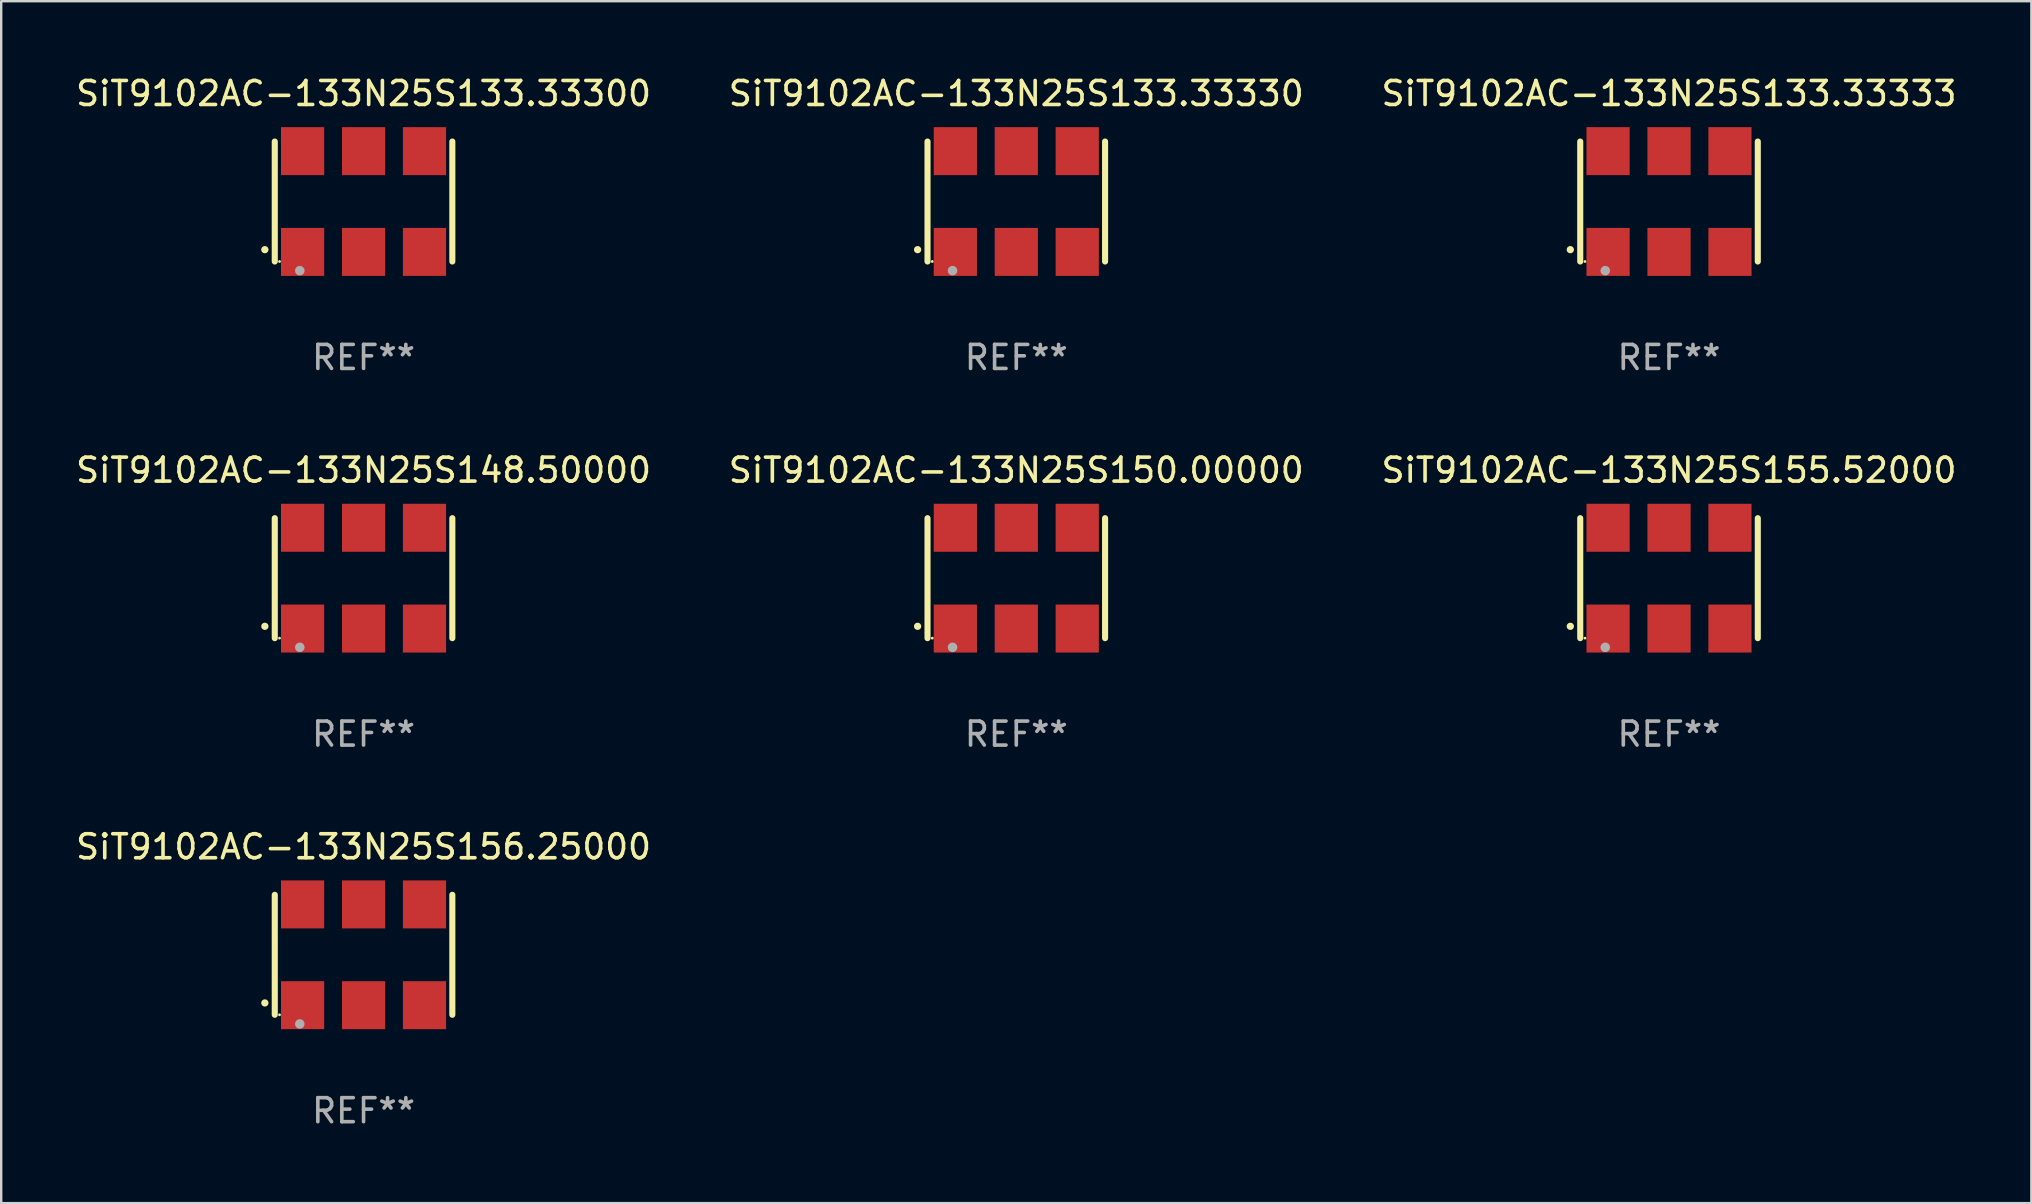
<source format=kicad_pcb>
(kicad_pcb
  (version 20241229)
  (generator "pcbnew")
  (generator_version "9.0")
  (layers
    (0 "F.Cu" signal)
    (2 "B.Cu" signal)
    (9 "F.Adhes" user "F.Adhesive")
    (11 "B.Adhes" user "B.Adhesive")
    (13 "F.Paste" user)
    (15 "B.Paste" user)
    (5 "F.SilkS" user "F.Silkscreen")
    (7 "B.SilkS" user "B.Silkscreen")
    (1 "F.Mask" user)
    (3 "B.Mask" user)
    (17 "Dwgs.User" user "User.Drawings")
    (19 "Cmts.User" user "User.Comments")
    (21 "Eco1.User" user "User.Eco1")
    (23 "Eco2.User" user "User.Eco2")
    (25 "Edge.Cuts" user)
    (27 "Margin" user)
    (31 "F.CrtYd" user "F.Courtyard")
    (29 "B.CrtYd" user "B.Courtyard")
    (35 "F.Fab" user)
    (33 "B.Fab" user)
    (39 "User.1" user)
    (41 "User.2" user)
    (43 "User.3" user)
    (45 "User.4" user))
  (footprint "SiT9102AC-133N25S150.00000"
    (layer "F.Cu")
    (at 39.304 21.045)
    (property "Reference" "SiT9102AC-133N25S150.00000" (at 0 -4.5 0) (layer "F.SilkS") (effects (font (size 1 1) (thickness 0.15))))
    (attr through_hole)
    (fp_line (start -3.7 -2.5) (end -3.7 2.5) (stroke (width 0.254) (type solid)) (layer "F.SilkS"))
    (fp_line (start 3.7 -2.5) (end 3.7 2.5) (stroke (width 0.254) (type solid)) (layer "F.SilkS"))
    (fp_arc (start -4.114415 2.006604) (mid -4.113145 2.006599) (end -4.111875 2.006604) (stroke (width 0.3) (type solid)) (layer "F.SilkS"))
    (fp_circle (center -3.502 2.5) (end -3.472 2.5) (stroke (width 0.06) (type solid)) (fill no) (layer "F.SilkS"))
    (fp_circle (center -2.657 2.882) (end -2.557 2.882) (stroke (width 0.2) (type solid)) (fill no) (layer "F.Fab"))
    (fp_text user "REF**" (at 0 6.5 0) (layer "F.Fab") (effects (font (size 1 1) (thickness 0.15))))
    (pad "1" smd rect (at -2.54 2.1) (size 1.8 2) (layers "F.Cu" "F.Mask" "F.Paste"))
    (pad "2" smd rect (at 0.000394 2.1) (size 1.8 2) (layers "F.Cu" "F.Mask" "F.Paste"))
    (pad "3" smd rect (at 2.54 2.1) (size 1.8 2) (layers "F.Cu" "F.Mask" "F.Paste"))
    (pad "4" smd rect (at 2.54 -2.1) (size 1.8 2) (layers "F.Cu" "F.Mask" "F.Paste"))
    (pad "5" smd rect (at 0.000394 -2.1) (size 1.8 2) (layers "F.Cu" "F.Mask" "F.Paste"))
    (pad "6" smd rect (at -2.54 -2.1) (size 1.8 2) (layers "F.Cu" "F.Mask" "F.Paste")))
  (footprint "SiT9102AC-133N25S148.50000"
    (layer "F.Cu")
    (at 12.101 21.045)
    (property "Reference" "SiT9102AC-133N25S148.50000" (at 0 -4.5 0) (layer "F.SilkS") (effects (font (size 1 1) (thickness 0.15))))
    (attr through_hole)
    (fp_line (start -3.7 -2.5) (end -3.7 2.5) (stroke (width 0.254) (type solid)) (layer "F.SilkS"))
    (fp_line (start 3.7 -2.5) (end 3.7 2.5) (stroke (width 0.254) (type solid)) (layer "F.SilkS"))
    (fp_arc (start -4.114415 2.006604) (mid -4.113145 2.006599) (end -4.111875 2.006604) (stroke (width 0.3) (type solid)) (layer "F.SilkS"))
    (fp_circle (center -3.502 2.5) (end -3.472 2.5) (stroke (width 0.06) (type solid)) (fill no) (layer "F.SilkS"))
    (fp_circle (center -2.657 2.882) (end -2.557 2.882) (stroke (width 0.2) (type solid)) (fill no) (layer "F.Fab"))
    (fp_text user "REF**" (at 0 6.5 0) (layer "F.Fab") (effects (font (size 1 1) (thickness 0.15))))
    (pad "1" smd rect (at -2.54 2.1) (size 1.8 2) (layers "F.Cu" "F.Mask" "F.Paste"))
    (pad "2" smd rect (at 0.000394 2.1) (size 1.8 2) (layers "F.Cu" "F.Mask" "F.Paste"))
    (pad "3" smd rect (at 2.54 2.1) (size 1.8 2) (layers "F.Cu" "F.Mask" "F.Paste"))
    (pad "4" smd rect (at 2.54 -2.1) (size 1.8 2) (layers "F.Cu" "F.Mask" "F.Paste"))
    (pad "5" smd rect (at 0.000394 -2.1) (size 1.8 2) (layers "F.Cu" "F.Mask" "F.Paste"))
    (pad "6" smd rect (at -2.54 -2.1) (size 1.8 2) (layers "F.Cu" "F.Mask" "F.Paste")))
  (footprint "SiT9102AC-133N25S155.52000"
    (layer "F.Cu")
    (at 66.506 21.045)
    (property "Reference" "SiT9102AC-133N25S155.52000" (at 0 -4.5 0) (layer "F.SilkS") (effects (font (size 1 1) (thickness 0.15))))
    (attr through_hole)
    (fp_line (start -3.7 -2.5) (end -3.7 2.5) (stroke (width 0.254) (type solid)) (layer "F.SilkS"))
    (fp_line (start 3.7 -2.5) (end 3.7 2.5) (stroke (width 0.254) (type solid)) (layer "F.SilkS"))
    (fp_arc (start -4.114415 2.006604) (mid -4.113145 2.006599) (end -4.111875 2.006604) (stroke (width 0.3) (type solid)) (layer "F.SilkS"))
    (fp_circle (center -3.502 2.5) (end -3.472 2.5) (stroke (width 0.06) (type solid)) (fill no) (layer "F.SilkS"))
    (fp_circle (center -2.657 2.882) (end -2.557 2.882) (stroke (width 0.2) (type solid)) (fill no) (layer "F.Fab"))
    (fp_text user "REF**" (at 0 6.5 0) (layer "F.Fab") (effects (font (size 1 1) (thickness 0.15))))
    (pad "1" smd rect (at -2.54 2.1) (size 1.8 2) (layers "F.Cu" "F.Mask" "F.Paste"))
    (pad "2" smd rect (at 0.000394 2.1) (size 1.8 2) (layers "F.Cu" "F.Mask" "F.Paste"))
    (pad "3" smd rect (at 2.54 2.1) (size 1.8 2) (layers "F.Cu" "F.Mask" "F.Paste"))
    (pad "4" smd rect (at 2.54 -2.1) (size 1.8 2) (layers "F.Cu" "F.Mask" "F.Paste"))
    (pad "5" smd rect (at 0.000394 -2.1) (size 1.8 2) (layers "F.Cu" "F.Mask" "F.Paste"))
    (pad "6" smd rect (at -2.54 -2.1) (size 1.8 2) (layers "F.Cu" "F.Mask" "F.Paste")))
  (footprint "SiT9102AC-133N25S156.25000"
    (layer "F.Cu")
    (at 12.101 36.741)
    (property "Reference" "SiT9102AC-133N25S156.25000" (at 0 -4.5 0) (layer "F.SilkS") (effects (font (size 1 1) (thickness 0.15))))
    (attr through_hole)
    (fp_line (start -3.7 -2.5) (end -3.7 2.5) (stroke (width 0.254) (type solid)) (layer "F.SilkS"))
    (fp_line (start 3.7 -2.5) (end 3.7 2.5) (stroke (width 0.254) (type solid)) (layer "F.SilkS"))
    (fp_arc (start -4.114415 2.006604) (mid -4.113145 2.006599) (end -4.111875 2.006604) (stroke (width 0.3) (type solid)) (layer "F.SilkS"))
    (fp_circle (center -3.502 2.5) (end -3.472 2.5) (stroke (width 0.06) (type solid)) (fill no) (layer "F.SilkS"))
    (fp_circle (center -2.657 2.882) (end -2.557 2.882) (stroke (width 0.2) (type solid)) (fill no) (layer "F.Fab"))
    (fp_text user "REF**" (at 0 6.5 0) (layer "F.Fab") (effects (font (size 1 1) (thickness 0.15))))
    (pad "1" smd rect (at -2.54 2.1) (size 1.8 2) (layers "F.Cu" "F.Mask" "F.Paste"))
    (pad "2" smd rect (at 0.000394 2.1) (size 1.8 2) (layers "F.Cu" "F.Mask" "F.Paste"))
    (pad "3" smd rect (at 2.54 2.1) (size 1.8 2) (layers "F.Cu" "F.Mask" "F.Paste"))
    (pad "4" smd rect (at 2.54 -2.1) (size 1.8 2) (layers "F.Cu" "F.Mask" "F.Paste"))
    (pad "5" smd rect (at 0.000394 -2.1) (size 1.8 2) (layers "F.Cu" "F.Mask" "F.Paste"))
    (pad "6" smd rect (at -2.54 -2.1) (size 1.8 2) (layers "F.Cu" "F.Mask" "F.Paste")))
  (footprint "SiT9102AC-133N25S133.33300"
    (layer "F.Cu")
    (at 12.101 5.348)
    (property "Reference" "SiT9102AC-133N25S133.33300" (at 0 -4.5 0) (layer "F.SilkS") (effects (font (size 1 1) (thickness 0.15))))
    (attr through_hole)
    (fp_line (start -3.7 -2.5) (end -3.7 2.5) (stroke (width 0.254) (type solid)) (layer "F.SilkS"))
    (fp_line (start 3.7 -2.5) (end 3.7 2.5) (stroke (width 0.254) (type solid)) (layer "F.SilkS"))
    (fp_arc (start -4.114415 2.006604) (mid -4.113145 2.006599) (end -4.111875 2.006604) (stroke (width 0.3) (type solid)) (layer "F.SilkS"))
    (fp_circle (center -3.502 2.5) (end -3.472 2.5) (stroke (width 0.06) (type solid)) (fill no) (layer "F.SilkS"))
    (fp_circle (center -2.657 2.882) (end -2.557 2.882) (stroke (width 0.2) (type solid)) (fill no) (layer "F.Fab"))
    (fp_text user "REF**" (at 0 6.5 0) (layer "F.Fab") (effects (font (size 1 1) (thickness 0.15))))
    (pad "1" smd rect (at -2.54 2.1) (size 1.8 2) (layers "F.Cu" "F.Mask" "F.Paste"))
    (pad "2" smd rect (at 0.000394 2.1) (size 1.8 2) (layers "F.Cu" "F.Mask" "F.Paste"))
    (pad "3" smd rect (at 2.54 2.1) (size 1.8 2) (layers "F.Cu" "F.Mask" "F.Paste"))
    (pad "4" smd rect (at 2.54 -2.1) (size 1.8 2) (layers "F.Cu" "F.Mask" "F.Paste"))
    (pad "5" smd rect (at 0.000394 -2.1) (size 1.8 2) (layers "F.Cu" "F.Mask" "F.Paste"))
    (pad "6" smd rect (at -2.54 -2.1) (size 1.8 2) (layers "F.Cu" "F.Mask" "F.Paste")))
  (footprint "SiT9102AC-133N25S133.33333"
    (layer "F.Cu")
    (at 66.506 5.348)
    (property "Reference" "SiT9102AC-133N25S133.33333" (at 0 -4.5 0) (layer "F.SilkS") (effects (font (size 1 1) (thickness 0.15))))
    (attr through_hole)
    (fp_line (start -3.7 -2.5) (end -3.7 2.5) (stroke (width 0.254) (type solid)) (layer "F.SilkS"))
    (fp_line (start 3.7 -2.5) (end 3.7 2.5) (stroke (width 0.254) (type solid)) (layer "F.SilkS"))
    (fp_arc (start -4.114415 2.006604) (mid -4.113145 2.006599) (end -4.111875 2.006604) (stroke (width 0.3) (type solid)) (layer "F.SilkS"))
    (fp_circle (center -3.502 2.5) (end -3.472 2.5) (stroke (width 0.06) (type solid)) (fill no) (layer "F.SilkS"))
    (fp_circle (center -2.657 2.882) (end -2.557 2.882) (stroke (width 0.2) (type solid)) (fill no) (layer "F.Fab"))
    (fp_text user "REF**" (at 0 6.5 0) (layer "F.Fab") (effects (font (size 1 1) (thickness 0.15))))
    (pad "1" smd rect (at -2.54 2.1) (size 1.8 2) (layers "F.Cu" "F.Mask" "F.Paste"))
    (pad "2" smd rect (at 0.000394 2.1) (size 1.8 2) (layers "F.Cu" "F.Mask" "F.Paste"))
    (pad "3" smd rect (at 2.54 2.1) (size 1.8 2) (layers "F.Cu" "F.Mask" "F.Paste"))
    (pad "4" smd rect (at 2.54 -2.1) (size 1.8 2) (layers "F.Cu" "F.Mask" "F.Paste"))
    (pad "5" smd rect (at 0.000394 -2.1) (size 1.8 2) (layers "F.Cu" "F.Mask" "F.Paste"))
    (pad "6" smd rect (at -2.54 -2.1) (size 1.8 2) (layers "F.Cu" "F.Mask" "F.Paste")))
  (footprint "SiT9102AC-133N25S133.33330"
    (layer "F.Cu")
    (at 39.304 5.348)
    (property "Reference" "SiT9102AC-133N25S133.33330" (at 0 -4.5 0) (layer "F.SilkS") (effects (font (size 1 1) (thickness 0.15))))
    (attr through_hole)
    (fp_line (start -3.7 -2.5) (end -3.7 2.5) (stroke (width 0.254) (type solid)) (layer "F.SilkS"))
    (fp_line (start 3.7 -2.5) (end 3.7 2.5) (stroke (width 0.254) (type solid)) (layer "F.SilkS"))
    (fp_arc (start -4.114415 2.006604) (mid -4.113145 2.006599) (end -4.111875 2.006604) (stroke (width 0.3) (type solid)) (layer "F.SilkS"))
    (fp_circle (center -3.502 2.5) (end -3.472 2.5) (stroke (width 0.06) (type solid)) (fill no) (layer "F.SilkS"))
    (fp_circle (center -2.657 2.882) (end -2.557 2.882) (stroke (width 0.2) (type solid)) (fill no) (layer "F.Fab"))
    (fp_text user "REF**" (at 0 6.5 0) (layer "F.Fab") (effects (font (size 1 1) (thickness 0.15))))
    (pad "1" smd rect (at -2.54 2.1) (size 1.8 2) (layers "F.Cu" "F.Mask" "F.Paste"))
    (pad "2" smd rect (at 0.000394 2.1) (size 1.8 2) (layers "F.Cu" "F.Mask" "F.Paste"))
    (pad "3" smd rect (at 2.54 2.1) (size 1.8 2) (layers "F.Cu" "F.Mask" "F.Paste"))
    (pad "4" smd rect (at 2.54 -2.1) (size 1.8 2) (layers "F.Cu" "F.Mask" "F.Paste"))
    (pad "5" smd rect (at 0.000394 -2.1) (size 1.8 2) (layers "F.Cu" "F.Mask" "F.Paste"))
    (pad "6" smd rect (at -2.54 -2.1) (size 1.8 2) (layers "F.Cu" "F.Mask" "F.Paste")))
  (gr_rect
    (start -3 -3)
    (end 81.607 47.09)
    (stroke (width 0.1) (type default))
    (fill no)
    (layer "Edge.Cuts")))
</source>
